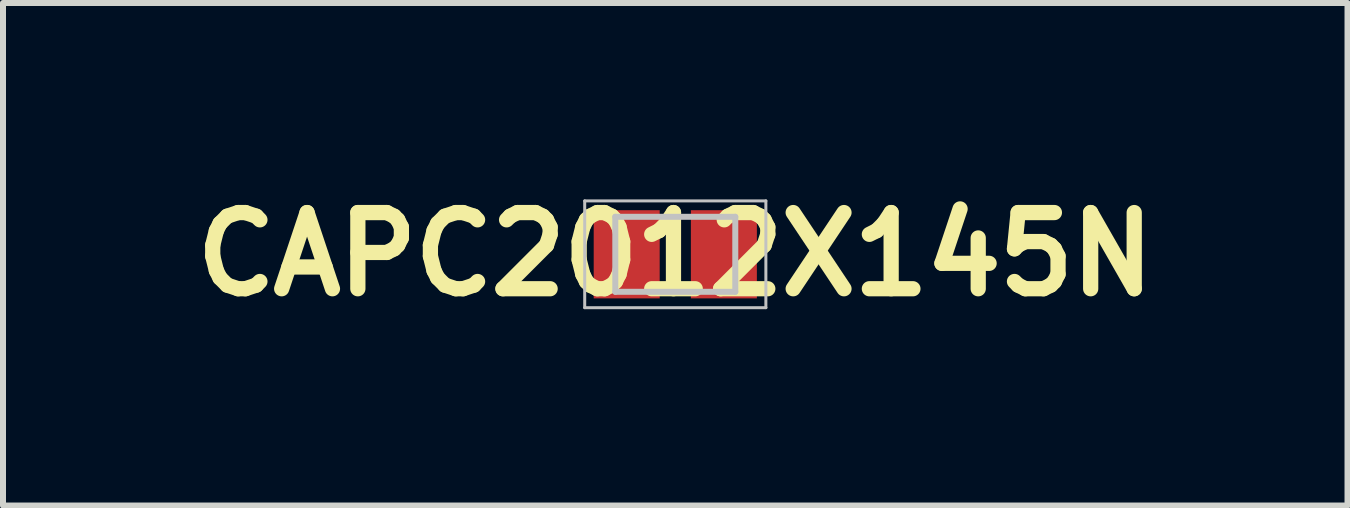
<source format=kicad_pcb>
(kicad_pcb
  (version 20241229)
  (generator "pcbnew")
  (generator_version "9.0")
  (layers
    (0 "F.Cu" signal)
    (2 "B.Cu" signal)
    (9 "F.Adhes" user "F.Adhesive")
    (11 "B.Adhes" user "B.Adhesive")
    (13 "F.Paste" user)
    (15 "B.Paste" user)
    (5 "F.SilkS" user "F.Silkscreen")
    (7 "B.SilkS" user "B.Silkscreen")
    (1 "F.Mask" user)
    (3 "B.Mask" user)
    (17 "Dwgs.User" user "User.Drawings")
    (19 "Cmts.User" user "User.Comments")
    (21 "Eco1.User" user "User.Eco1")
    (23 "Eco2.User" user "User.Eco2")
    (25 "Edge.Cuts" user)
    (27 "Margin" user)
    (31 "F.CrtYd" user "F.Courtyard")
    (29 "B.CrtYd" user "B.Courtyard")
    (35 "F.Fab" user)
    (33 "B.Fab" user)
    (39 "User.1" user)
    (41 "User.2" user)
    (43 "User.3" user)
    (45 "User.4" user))
  (footprint "CAPC2012X145N"
    (layer "F.Cu")
    (at 8.207 1.189)
    (property "Reference" "CAPC2012X145N" (at 0 0 0) (layer "F.SilkS") (effects (font (size 1.27 1.27) (thickness 0.254))))
    (attr smd)
    (fp_line (start -1.51 -0.89) (end 1.51 -0.89) (stroke (width 0.05) (type solid)) (layer "Dwgs.User"))
    (fp_line (start -1.51 0.89) (end -1.51 -0.89) (stroke (width 0.05) (type solid)) (layer "Dwgs.User"))
    (fp_line (start -1 -0.625) (end 1 -0.625) (stroke (width 0.1) (type solid)) (layer "Dwgs.User"))
    (fp_line (start -1 0.625) (end -1 -0.625) (stroke (width 0.1) (type solid)) (layer "Dwgs.User"))
    (fp_line (start 1 -0.625) (end 1 0.625) (stroke (width 0.1) (type solid)) (layer "Dwgs.User"))
    (fp_line (start 1 0.625) (end -1 0.625) (stroke (width 0.1) (type solid)) (layer "Dwgs.User"))
    (fp_line (start 1.51 -0.89) (end 1.51 0.89) (stroke (width 0.05) (type solid)) (layer "Dwgs.User"))
    (fp_line (start 1.51 0.89) (end -1.51 0.89) (stroke (width 0.05) (type solid)) (layer "Dwgs.User"))
    (pad "1" smd rect (at -0.81 0) (size 1.1 1.47) (layers "F.Cu" "F.Mask" "F.Paste"))
    (pad "2" smd rect (at 0.81 0) (size 1.1 1.47) (layers "F.Cu" "F.Mask" "F.Paste")))
  (gr_rect
    (start -3 -3)
    (end 19.413 5.377)
    (stroke (width 0.1) (type default))
    (fill no)
    (layer "Edge.Cuts")))
</source>
